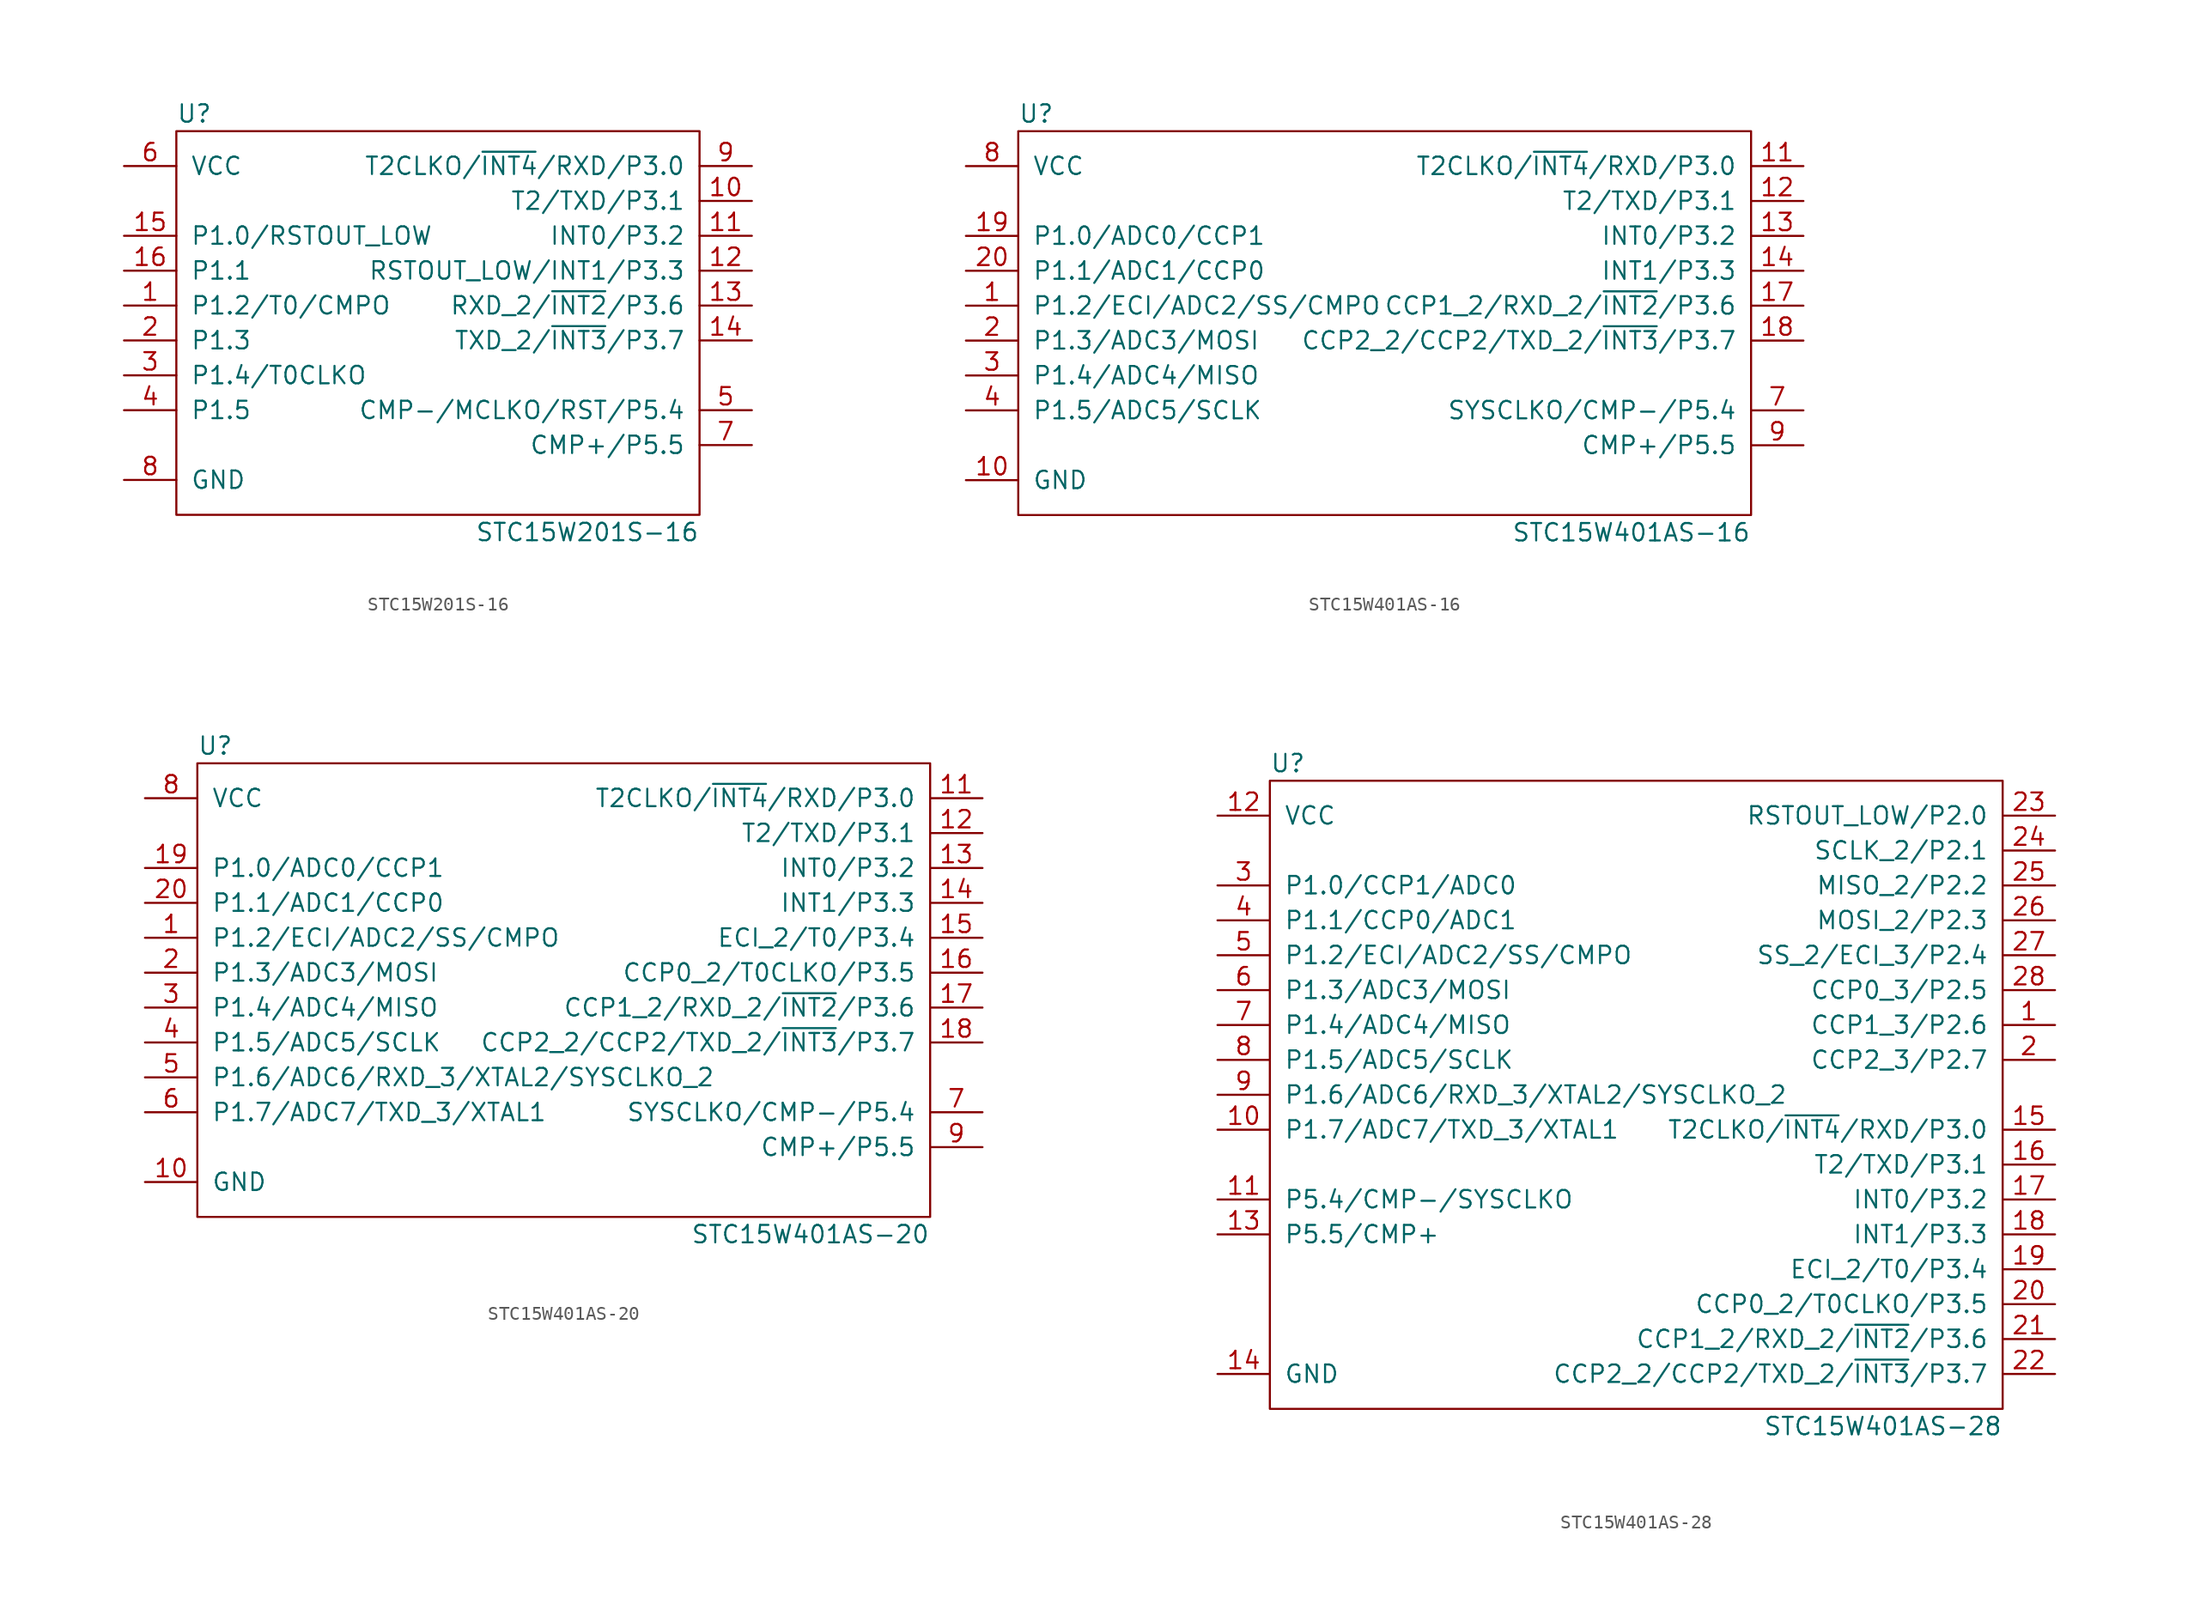
<source format=kicad_sym>
(kicad_symbol_lib
  (version 20211014)
  (generator kicad_symbol_editor)
  (symbol "STC15W201S-16"
    (pin_names
      (offset 1.016))
    (property "Reference" "U"
      (at -19.05 13.97 0)
      (effects (font (size 1.27 1.27)) (justify left)))
    (property "Value" "STC15W201S-16"
      (at 19.05 -16.51 0)
      (effects (font (size 1.27 1.27)) (justify right)))
    (symbol "STC15W201S-16_0_1"
      (rectangle (start -19.05 12.7) (end 19.05 -15.24) (stroke (width 0.152) (type default) (color 0 0 0 0)) (fill (type none))))
    (symbol "STC15W201S-16_1_1"
      (pin tri_state line (at -22.86 0 0) (length 3.81) (name "P1.2/T0/CMPO" (effects (font (size 1.27 1.27)))) (number "1" (effects (font (size 1.27 1.27)))))
      (pin tri_state line (at 22.86 7.62 180) (length 3.81) (name "T2/TXD/P3.1" (effects (font (size 1.27 1.27)))) (number "10" (effects (font (size 1.27 1.27)))))
      (pin tri_state line (at 22.86 5.08 180) (length 3.81) (name "INT0/P3.2" (effects (font (size 1.27 1.27)))) (number "11" (effects (font (size 1.27 1.27)))))
      (pin tri_state line (at 22.86 2.54 180) (length 3.81) (name "RSTOUT_LOW/INT1/P3.3" (effects (font (size 1.27 1.27)))) (number "12" (effects (font (size 1.27 1.27)))))
      (pin tri_state line (at 22.86 0 180) (length 3.81) (name "RXD_2/~{INT2}/P3.6" (effects (font (size 1.27 1.27)))) (number "13" (effects (font (size 1.27 1.27)))))
      (pin tri_state line (at 22.86 -2.54 180) (length 3.81) (name "TXD_2/~{INT3}/P3.7" (effects (font (size 1.27 1.27)))) (number "14" (effects (font (size 1.27 1.27)))))
      (pin tri_state line (at -22.86 5.08 0) (length 3.81) (name "P1.0/RSTOUT_LOW" (effects (font (size 1.27 1.27)))) (number "15" (effects (font (size 1.27 1.27)))))
      (pin tri_state line (at -22.86 2.54 0) (length 3.81) (name "P1.1" (effects (font (size 1.27 1.27)))) (number "16" (effects (font (size 1.27 1.27)))))
      (pin tri_state line (at -22.86 -2.54 0) (length 3.81) (name "P1.3" (effects (font (size 1.27 1.27)))) (number "2" (effects (font (size 1.27 1.27)))))
      (pin tri_state line (at -22.86 -5.08 0) (length 3.81) (name "P1.4/T0CLKO" (effects (font (size 1.27 1.27)))) (number "3" (effects (font (size 1.27 1.27)))))
      (pin tri_state line (at -22.86 -7.62 0) (length 3.81) (name "P1.5" (effects (font (size 1.27 1.27)))) (number "4" (effects (font (size 1.27 1.27)))))
      (pin tri_state line (at 22.86 -7.62 180) (length 3.81) (name "CMP-/MCLKO/RST/P5.4" (effects (font (size 1.27 1.27)))) (number "5" (effects (font (size 1.27 1.27)))))
      (pin power_in line (at -22.86 10.16 0) (length 3.81) (name "VCC" (effects (font (size 1.27 1.27)))) (number "6" (effects (font (size 1.27 1.27)))))
      (pin tri_state line (at 22.86 -10.16 180) (length 3.81) (name "CMP+/P5.5" (effects (font (size 1.27 1.27)))) (number "7" (effects (font (size 1.27 1.27)))))
      (pin power_in line (at -22.86 -12.7 0) (length 3.81) (name "GND" (effects (font (size 1.27 1.27)))) (number "8" (effects (font (size 1.27 1.27)))))
      (pin tri_state line (at 22.86 10.16 180) (length 3.81) (name "T2CLKO/~{INT4}/RXD/P3.0" (effects (font (size 1.27 1.27)))) (number "9" (effects (font (size 1.27 1.27)))))))
  (symbol "STC15W401AS-16"
    (pin_names
      (offset 1.016))
    (property "Reference" "U"
      (at -26.67 13.97 0)
      (effects (font (size 1.27 1.27)) (justify left)))
    (property "Value" "STC15W401AS-16"
      (at 26.67 -16.51 0)
      (effects (font (size 1.27 1.27)) (justify right)))
    (symbol "STC15W401AS-16_0_1"
      (rectangle (start -26.67 12.7) (end 26.67 -15.24) (stroke (width 0.152) (type default) (color 0 0 0 0)) (fill (type none))))
    (symbol "STC15W401AS-16_1_1"
      (pin tri_state line (at -30.48 0 0) (length 3.81) (name "P1.2/ECI/ADC2/SS/CMPO" (effects (font (size 1.27 1.27)))) (number "1" (effects (font (size 1.27 1.27)))))
      (pin power_in line (at -30.48 -12.7 0) (length 3.81) (name "GND" (effects (font (size 1.27 1.27)))) (number "10" (effects (font (size 1.27 1.27)))))
      (pin tri_state line (at 30.48 10.16 180) (length 3.81) (name "T2CLKO/~{INT4}/RXD/P3.0" (effects (font (size 1.27 1.27)))) (number "11" (effects (font (size 1.27 1.27)))))
      (pin tri_state line (at 30.48 7.62 180) (length 3.81) (name "T2/TXD/P3.1" (effects (font (size 1.27 1.27)))) (number "12" (effects (font (size 1.27 1.27)))))
      (pin tri_state line (at 30.48 5.08 180) (length 3.81) (name "INT0/P3.2" (effects (font (size 1.27 1.27)))) (number "13" (effects (font (size 1.27 1.27)))))
      (pin tri_state line (at 30.48 2.54 180) (length 3.81) (name "INT1/P3.3" (effects (font (size 1.27 1.27)))) (number "14" (effects (font (size 1.27 1.27)))))
      (pin tri_state line (at 30.48 0 180) (length 3.81) (name "CCP1_2/RXD_2/~{INT2}/P3.6" (effects (font (size 1.27 1.27)))) (number "17" (effects (font (size 1.27 1.27)))))
      (pin tri_state line (at 30.48 -2.54 180) (length 3.81) (name "CCP2_2/CCP2/TXD_2/~{INT3}/P3.7" (effects (font (size 1.27 1.27)))) (number "18" (effects (font (size 1.27 1.27)))))
      (pin tri_state line (at -30.48 5.08 0) (length 3.81) (name "P1.0/ADC0/CCP1" (effects (font (size 1.27 1.27)))) (number "19" (effects (font (size 1.27 1.27)))))
      (pin tri_state line (at -30.48 -2.54 0) (length 3.81) (name "P1.3/ADC3/MOSI" (effects (font (size 1.27 1.27)))) (number "2" (effects (font (size 1.27 1.27)))))
      (pin tri_state line (at -30.48 2.54 0) (length 3.81) (name "P1.1/ADC1/CCP0" (effects (font (size 1.27 1.27)))) (number "20" (effects (font (size 1.27 1.27)))))
      (pin tri_state line (at -30.48 -5.08 0) (length 3.81) (name "P1.4/ADC4/MISO" (effects (font (size 1.27 1.27)))) (number "3" (effects (font (size 1.27 1.27)))))
      (pin tri_state line (at -30.48 -7.62 0) (length 3.81) (name "P1.5/ADC5/SCLK" (effects (font (size 1.27 1.27)))) (number "4" (effects (font (size 1.27 1.27)))))
      (pin tri_state line (at 30.48 -7.62 180) (length 3.81) (name "SYSCLKO/CMP-/P5.4" (effects (font (size 1.27 1.27)))) (number "7" (effects (font (size 1.27 1.27)))))
      (pin power_in line (at -30.48 10.16 0) (length 3.81) (name "VCC" (effects (font (size 1.27 1.27)))) (number "8" (effects (font (size 1.27 1.27)))))
      (pin tri_state line (at 30.48 -10.16 180) (length 3.81) (name "CMP+/P5.5" (effects (font (size 1.27 1.27)))) (number "9" (effects (font (size 1.27 1.27)))))))
  (symbol "STC15W401AS-20"
    (pin_names
      (offset 1.016))
    (property "Reference" "U"
      (at -26.67 16.51 0)
      (effects (font (size 1.27 1.27)) (justify left)))
    (property "Value" "STC15W401AS-20"
      (at 26.67 -19.05 0)
      (effects (font (size 1.27 1.27)) (justify right)))
    (symbol "STC15W401AS-20_0_1"
      (rectangle (start -26.67 15.24) (end 26.67 -17.78) (stroke (width 0.152) (type default) (color 0 0 0 0)) (fill (type none))))
    (symbol "STC15W401AS-20_1_1"
      (pin tri_state line (at -30.48 2.54 0) (length 3.81) (name "P1.2/ECI/ADC2/SS/CMPO" (effects (font (size 1.27 1.27)))) (number "1" (effects (font (size 1.27 1.27)))))
      (pin power_in line (at -30.48 -15.24 0) (length 3.81) (name "GND" (effects (font (size 1.27 1.27)))) (number "10" (effects (font (size 1.27 1.27)))))
      (pin tri_state line (at 30.48 12.7 180) (length 3.81) (name "T2CLKO/~{INT4}/RXD/P3.0" (effects (font (size 1.27 1.27)))) (number "11" (effects (font (size 1.27 1.27)))))
      (pin tri_state line (at 30.48 10.16 180) (length 3.81) (name "T2/TXD/P3.1" (effects (font (size 1.27 1.27)))) (number "12" (effects (font (size 1.27 1.27)))))
      (pin tri_state line (at 30.48 7.62 180) (length 3.81) (name "INT0/P3.2" (effects (font (size 1.27 1.27)))) (number "13" (effects (font (size 1.27 1.27)))))
      (pin tri_state line (at 30.48 5.08 180) (length 3.81) (name "INT1/P3.3" (effects (font (size 1.27 1.27)))) (number "14" (effects (font (size 1.27 1.27)))))
      (pin tri_state line (at 30.48 2.54 180) (length 3.81) (name "ECI_2/T0/P3.4" (effects (font (size 1.27 1.27)))) (number "15" (effects (font (size 1.27 1.27)))))
      (pin tri_state line (at 30.48 0 180) (length 3.81) (name "CCP0_2/T0CLKO/P3.5" (effects (font (size 1.27 1.27)))) (number "16" (effects (font (size 1.27 1.27)))))
      (pin tri_state line (at 30.48 -2.54 180) (length 3.81) (name "CCP1_2/RXD_2/~{INT2}/P3.6" (effects (font (size 1.27 1.27)))) (number "17" (effects (font (size 1.27 1.27)))))
      (pin tri_state line (at 30.48 -5.08 180) (length 3.81) (name "CCP2_2/CCP2/TXD_2/~{INT3}/P3.7" (effects (font (size 1.27 1.27)))) (number "18" (effects (font (size 1.27 1.27)))))
      (pin tri_state line (at -30.48 7.62 0) (length 3.81) (name "P1.0/ADC0/CCP1" (effects (font (size 1.27 1.27)))) (number "19" (effects (font (size 1.27 1.27)))))
      (pin tri_state line (at -30.48 0 0) (length 3.81) (name "P1.3/ADC3/MOSI" (effects (font (size 1.27 1.27)))) (number "2" (effects (font (size 1.27 1.27)))))
      (pin tri_state line (at -30.48 5.08 0) (length 3.81) (name "P1.1/ADC1/CCP0" (effects (font (size 1.27 1.27)))) (number "20" (effects (font (size 1.27 1.27)))))
      (pin tri_state line (at -30.48 -2.54 0) (length 3.81) (name "P1.4/ADC4/MISO" (effects (font (size 1.27 1.27)))) (number "3" (effects (font (size 1.27 1.27)))))
      (pin tri_state line (at -30.48 -5.08 0) (length 3.81) (name "P1.5/ADC5/SCLK" (effects (font (size 1.27 1.27)))) (number "4" (effects (font (size 1.27 1.27)))))
      (pin tri_state line (at -30.48 -7.62 0) (length 3.81) (name "P1.6/ADC6/RXD_3/XTAL2/SYSCLKO_2" (effects (font (size 1.27 1.27)))) (number "5" (effects (font (size 1.27 1.27)))))
      (pin tri_state line (at -30.48 -10.16 0) (length 3.81) (name "P1.7/ADC7/TXD_3/XTAL1" (effects (font (size 1.27 1.27)))) (number "6" (effects (font (size 1.27 1.27)))))
      (pin tri_state line (at 30.48 -10.16 180) (length 3.81) (name "SYSCLKO/CMP-/P5.4" (effects (font (size 1.27 1.27)))) (number "7" (effects (font (size 1.27 1.27)))))
      (pin power_in line (at -30.48 12.7 0) (length 3.81) (name "VCC" (effects (font (size 1.27 1.27)))) (number "8" (effects (font (size 1.27 1.27)))))
      (pin tri_state line (at 30.48 -12.7 180) (length 3.81) (name "CMP+/P5.5" (effects (font (size 1.27 1.27)))) (number "9" (effects (font (size 1.27 1.27)))))))
  (symbol "STC15W401AS-28"
    (pin_names
      (offset 1.016))
    (property "Reference" "U"
      (at -26.67 24.13 0)
      (effects (font (size 1.27 1.27)) (justify left)))
    (property "Value" "STC15W401AS-28"
      (at 26.67 -24.13 0)
      (effects (font (size 1.27 1.27)) (justify right)))
    (symbol "STC15W401AS-28_0_1"
      (rectangle (start -26.67 22.86) (end 26.67 -22.86) (stroke (width 0.152) (type default) (color 0 0 0 0)) (fill (type none))))
    (symbol "STC15W401AS-28_1_1"
      (pin tri_state line (at 30.48 5.08 180) (length 3.81) (name "CCP1_3/P2.6" (effects (font (size 1.27 1.27)))) (number "1" (effects (font (size 1.27 1.27)))))
      (pin tri_state line (at -30.48 -2.54 0) (length 3.81) (name "P1.7/ADC7/TXD_3/XTAL1" (effects (font (size 1.27 1.27)))) (number "10" (effects (font (size 1.27 1.27)))))
      (pin tri_state line (at -30.48 -7.62 0) (length 3.81) (name "P5.4/CMP-/SYSCLKO" (effects (font (size 1.27 1.27)))) (number "11" (effects (font (size 1.27 1.27)))))
      (pin power_in line (at -30.48 20.32 0) (length 3.81) (name "VCC" (effects (font (size 1.27 1.27)))) (number "12" (effects (font (size 1.27 1.27)))))
      (pin tri_state line (at -30.48 -10.16 0) (length 3.81) (name "P5.5/CMP+" (effects (font (size 1.27 1.27)))) (number "13" (effects (font (size 1.27 1.27)))))
      (pin power_in line (at -30.48 -20.32 0) (length 3.81) (name "GND" (effects (font (size 1.27 1.27)))) (number "14" (effects (font (size 1.27 1.27)))))
      (pin tri_state line (at 30.48 -2.54 180) (length 3.81) (name "T2CLKO/~{INT4}/RXD/P3.0" (effects (font (size 1.27 1.27)))) (number "15" (effects (font (size 1.27 1.27)))))
      (pin tri_state line (at 30.48 -5.08 180) (length 3.81) (name "T2/TXD/P3.1" (effects (font (size 1.27 1.27)))) (number "16" (effects (font (size 1.27 1.27)))))
      (pin tri_state line (at 30.48 -7.62 180) (length 3.81) (name "INT0/P3.2" (effects (font (size 1.27 1.27)))) (number "17" (effects (font (size 1.27 1.27)))))
      (pin tri_state line (at 30.48 -10.16 180) (length 3.81) (name "INT1/P3.3" (effects (font (size 1.27 1.27)))) (number "18" (effects (font (size 1.27 1.27)))))
      (pin tri_state line (at 30.48 -12.7 180) (length 3.81) (name "ECI_2/T0/P3.4" (effects (font (size 1.27 1.27)))) (number "19" (effects (font (size 1.27 1.27)))))
      (pin tri_state line (at 30.48 2.54 180) (length 3.81) (name "CCP2_3/P2.7" (effects (font (size 1.27 1.27)))) (number "2" (effects (font (size 1.27 1.27)))))
      (pin tri_state line (at 30.48 -15.24 180) (length 3.81) (name "CCP0_2/T0CLKO/P3.5" (effects (font (size 1.27 1.27)))) (number "20" (effects (font (size 1.27 1.27)))))
      (pin tri_state line (at 30.48 -17.78 180) (length 3.81) (name "CCP1_2/RXD_2/~{INT2}/P3.6" (effects (font (size 1.27 1.27)))) (number "21" (effects (font (size 1.27 1.27)))))
      (pin tri_state line (at 30.48 -20.32 180) (length 3.81) (name "CCP2_2/CCP2/TXD_2/~{INT3}/P3.7" (effects (font (size 1.27 1.27)))) (number "22" (effects (font (size 1.27 1.27)))))
      (pin tri_state line (at 30.48 20.32 180) (length 3.81) (name "RSTOUT_LOW/P2.0" (effects (font (size 1.27 1.27)))) (number "23" (effects (font (size 1.27 1.27)))))
      (pin tri_state line (at 30.48 17.78 180) (length 3.81) (name "SCLK_2/P2.1" (effects (font (size 1.27 1.27)))) (number "24" (effects (font (size 1.27 1.27)))))
      (pin tri_state line (at 30.48 15.24 180) (length 3.81) (name "MISO_2/P2.2" (effects (font (size 1.27 1.27)))) (number "25" (effects (font (size 1.27 1.27)))))
      (pin tri_state line (at 30.48 12.7 180) (length 3.81) (name "MOSI_2/P2.3" (effects (font (size 1.27 1.27)))) (number "26" (effects (font (size 1.27 1.27)))))
      (pin tri_state line (at 30.48 10.16 180) (length 3.81) (name "SS_2/ECI_3/P2.4" (effects (font (size 1.27 1.27)))) (number "27" (effects (font (size 1.27 1.27)))))
      (pin tri_state line (at 30.48 7.62 180) (length 3.81) (name "CCP0_3/P2.5" (effects (font (size 1.27 1.27)))) (number "28" (effects (font (size 1.27 1.27)))))
      (pin tri_state line (at -30.48 15.24 0) (length 3.81) (name "P1.0/CCP1/ADC0" (effects (font (size 1.27 1.27)))) (number "3" (effects (font (size 1.27 1.27)))))
      (pin tri_state line (at -30.48 12.7 0) (length 3.81) (name "P1.1/CCP0/ADC1" (effects (font (size 1.27 1.27)))) (number "4" (effects (font (size 1.27 1.27)))))
      (pin tri_state line (at -30.48 10.16 0) (length 3.81) (name "P1.2/ECI/ADC2/SS/CMPO" (effects (font (size 1.27 1.27)))) (number "5" (effects (font (size 1.27 1.27)))))
      (pin tri_state line (at -30.48 7.62 0) (length 3.81) (name "P1.3/ADC3/MOSI" (effects (font (size 1.27 1.27)))) (number "6" (effects (font (size 1.27 1.27)))))
      (pin tri_state line (at -30.48 5.08 0) (length 3.81) (name "P1.4/ADC4/MISO" (effects (font (size 1.27 1.27)))) (number "7" (effects (font (size 1.27 1.27)))))
      (pin tri_state line (at -30.48 2.54 0) (length 3.81) (name "P1.5/ADC5/SCLK" (effects (font (size 1.27 1.27)))) (number "8" (effects (font (size 1.27 1.27)))))
      (pin tri_state line (at -30.48 0 0) (length 3.81) (name "P1.6/ADC6/RXD_3/XTAL2/SYSCLKO_2" (effects (font (size 1.27 1.27)))) (number "9" (effects (font (size 1.27 1.27))))))))
</source>
